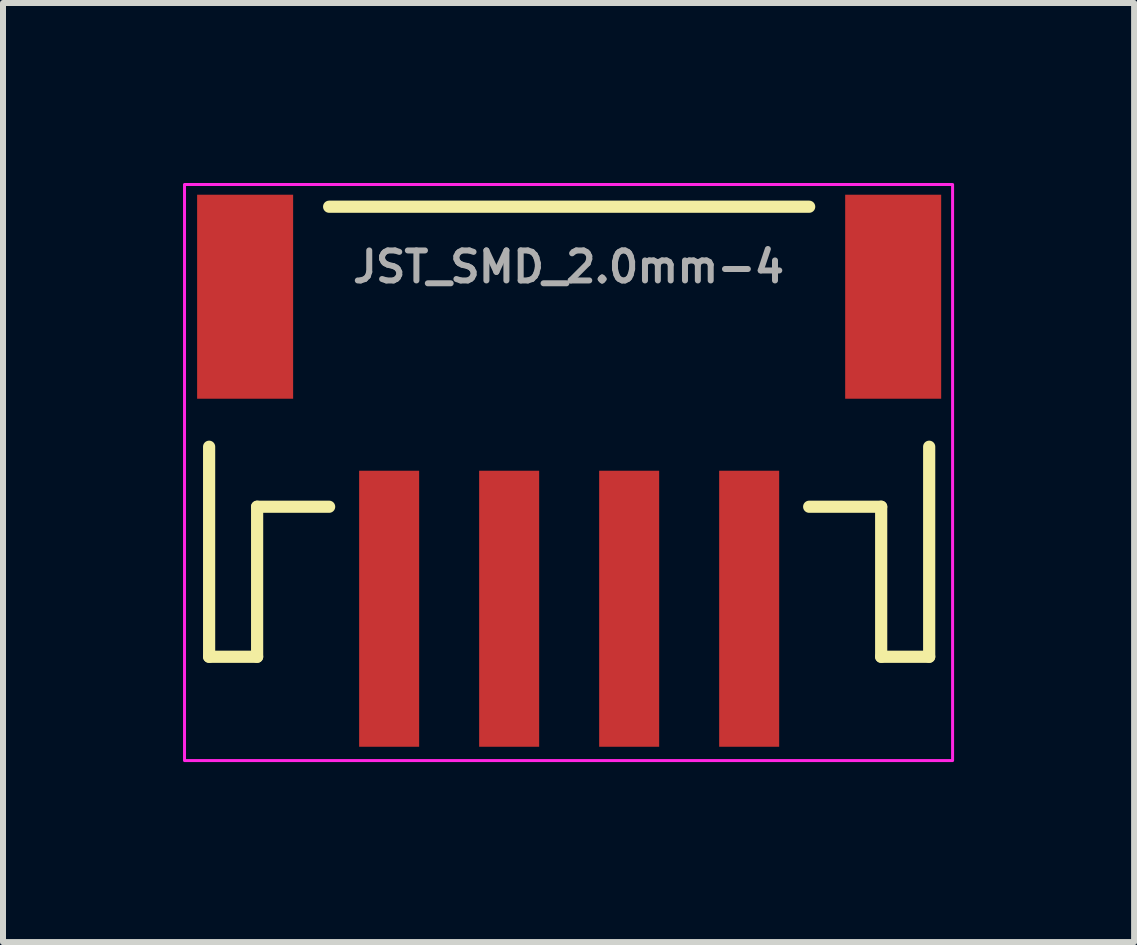
<source format=kicad_pcb>
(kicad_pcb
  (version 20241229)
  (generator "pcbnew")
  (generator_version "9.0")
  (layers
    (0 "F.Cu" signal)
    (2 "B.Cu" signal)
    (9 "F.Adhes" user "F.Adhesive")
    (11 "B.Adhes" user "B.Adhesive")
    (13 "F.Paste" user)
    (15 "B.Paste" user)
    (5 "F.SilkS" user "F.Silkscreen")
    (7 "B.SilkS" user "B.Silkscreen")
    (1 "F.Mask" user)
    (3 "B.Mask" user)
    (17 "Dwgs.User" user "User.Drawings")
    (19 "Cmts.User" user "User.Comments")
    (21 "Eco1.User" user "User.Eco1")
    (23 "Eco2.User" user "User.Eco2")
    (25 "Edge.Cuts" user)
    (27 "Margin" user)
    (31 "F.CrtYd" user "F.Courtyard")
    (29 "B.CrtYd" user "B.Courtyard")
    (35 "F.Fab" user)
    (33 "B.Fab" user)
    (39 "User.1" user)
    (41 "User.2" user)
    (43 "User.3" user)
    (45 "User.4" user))
  (footprint "JST_SMD_2.0mm-4"
    (layer "F.Cu")
    (at 6.425 2.325)
    (property "Reference" "JST_SMD_2.0mm-4" (at 0 -0.635 0) (layer "F.Fab") (effects (font (size 0.5 0.5) (thickness 0.1)) (justify bottom)))
    (attr smd)
    (fp_line (start -5.99 2.07) (end -5.99 5.57) (stroke (width 0.203) (type solid)) (layer "F.SilkS"))
    (fp_line (start -5.99 5.57) (end -5.19 5.57) (stroke (width 0.203) (type solid)) (layer "F.SilkS"))
    (fp_line (start -5.19 3.07) (end -3.99 3.07) (stroke (width 0.203) (type solid)) (layer "F.SilkS"))
    (fp_line (start -5.19 5.57) (end -5.19 3.07) (stroke (width 0.203) (type solid)) (layer "F.SilkS"))
    (fp_line (start 4.01 -1.93) (end -3.99 -1.93) (stroke (width 0.203) (type solid)) (layer "F.SilkS"))
    (fp_line (start 4.01 3.07) (end 5.21 3.07) (stroke (width 0.203) (type solid)) (layer "F.SilkS"))
    (fp_line (start 5.21 3.07) (end 5.21 5.57) (stroke (width 0.203) (type solid)) (layer "F.SilkS"))
    (fp_line (start 5.21 5.57) (end 6.01 5.57) (stroke (width 0.203) (type solid)) (layer "F.SilkS"))
    (fp_line (start 6.01 5.57) (end 6.01 2.07) (stroke (width 0.203) (type solid)) (layer "F.SilkS"))
    (fp_rect (start 6.4 -2.3) (end -6.4 7.3) (stroke (width 0.05) (type default)) (fill no) (layer "F.CrtYd"))
    (pad "1" smd rect (at -2.99 4.77) (size 1 4.6) (layers "F.Cu" "F.Mask" "F.Paste"))
    (pad "2" smd rect (at -0.99 4.77) (size 1 4.6) (layers "F.Cu" "F.Mask" "F.Paste"))
    (pad "3" smd rect (at 1.01 4.77) (size 1 4.6) (layers "F.Cu" "F.Mask" "F.Paste"))
    (pad "4" smd rect (at 3.01 4.77) (size 1 4.6) (layers "F.Cu" "F.Mask" "F.Paste"))
    (pad "NC1" smd rect (at -5.39 -0.43 90) (size 3.4 1.6) (layers "F.Cu" "F.Mask" "F.Paste"))
    (pad "NC2" smd rect (at 5.41 -0.43 90) (size 3.4 1.6) (layers "F.Cu" "F.Mask" "F.Paste")))
  (gr_rect
    (start -3 -3)
    (end 15.85 12.65)
    (stroke (width 0.1) (type default))
    (fill no)
    (layer "Edge.Cuts")))
</source>
